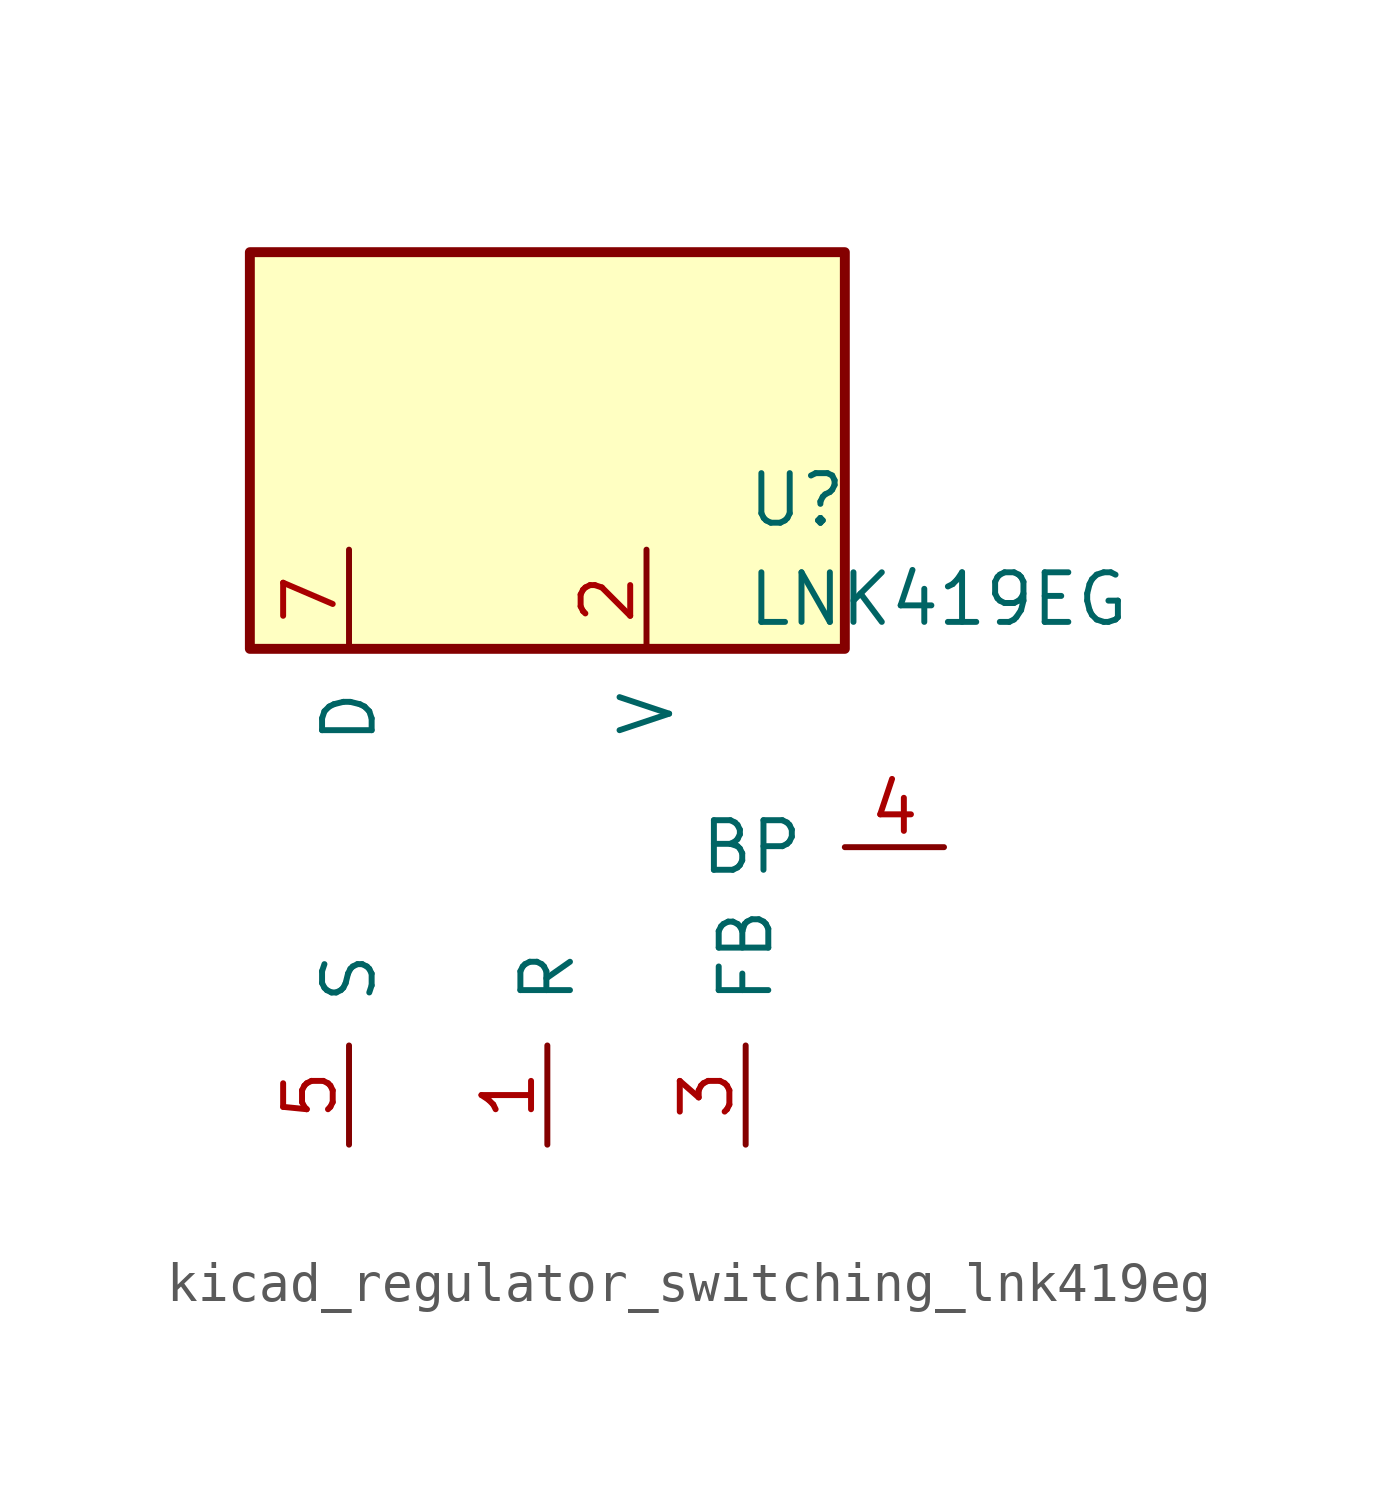
<source format=kicad_sym>
(kicad_symbol_lib
  (version 20220914)
  (generator kicad_symbol_editor)
  (symbol "kicad_regulator_switching_lnk419eg"
    (pin_names
      (offset 1.016))
    (property "Reference" "U"
      (at 5.08 8.89 0)
      (effects (font (size 1.27 1.27)) (justify left)))
    (property "Value" "LNK419EG"
      (at 5.08 6.35 0)
      (effects (font (size 1.27 1.27)) (justify left)))
    (symbol "kicad_regulator_switching_lnk419eg_0_1"
      (rectangle (start 7.62 15.24) (end -7.62 5.08) (stroke (width 0.254) (type default)) (fill (type background))))
    (symbol "kicad_regulator_switching_lnk419eg_1_1"
      (pin input line (at 0 -7.62 90) (length 2.54) (name "R" (effects (font (size 1.27 1.27)))) (number "1" (effects (font (size 1.27 1.27)))))
      (pin input line (at 2.54 7.62 270) (length 2.54) (name "V" (effects (font (size 1.27 1.27)))) (number "2" (effects (font (size 1.27 1.27)))))
      (pin input line (at 5.08 -7.62 90) (length 2.54) (name "FB" (effects (font (size 1.27 1.27)))) (number "3" (effects (font (size 1.27 1.27)))))
      (pin input line (at 10.16 0 180) (length 2.54) (name "BP" (effects (font (size 1.27 1.27)))) (number "4" (effects (font (size 1.27 1.27)))))
      (pin power_in line (at -5.08 -7.62 90) (length 2.54) (name "S" (effects (font (size 1.27 1.27)))) (number "5" (effects (font (size 1.27 1.27)))))
      (pin open_collector line (at -5.08 7.62 270) (length 2.54) (name "D" (effects (font (size 1.27 1.27)))) (number "7" (effects (font (size 1.27 1.27))))))))
</source>
